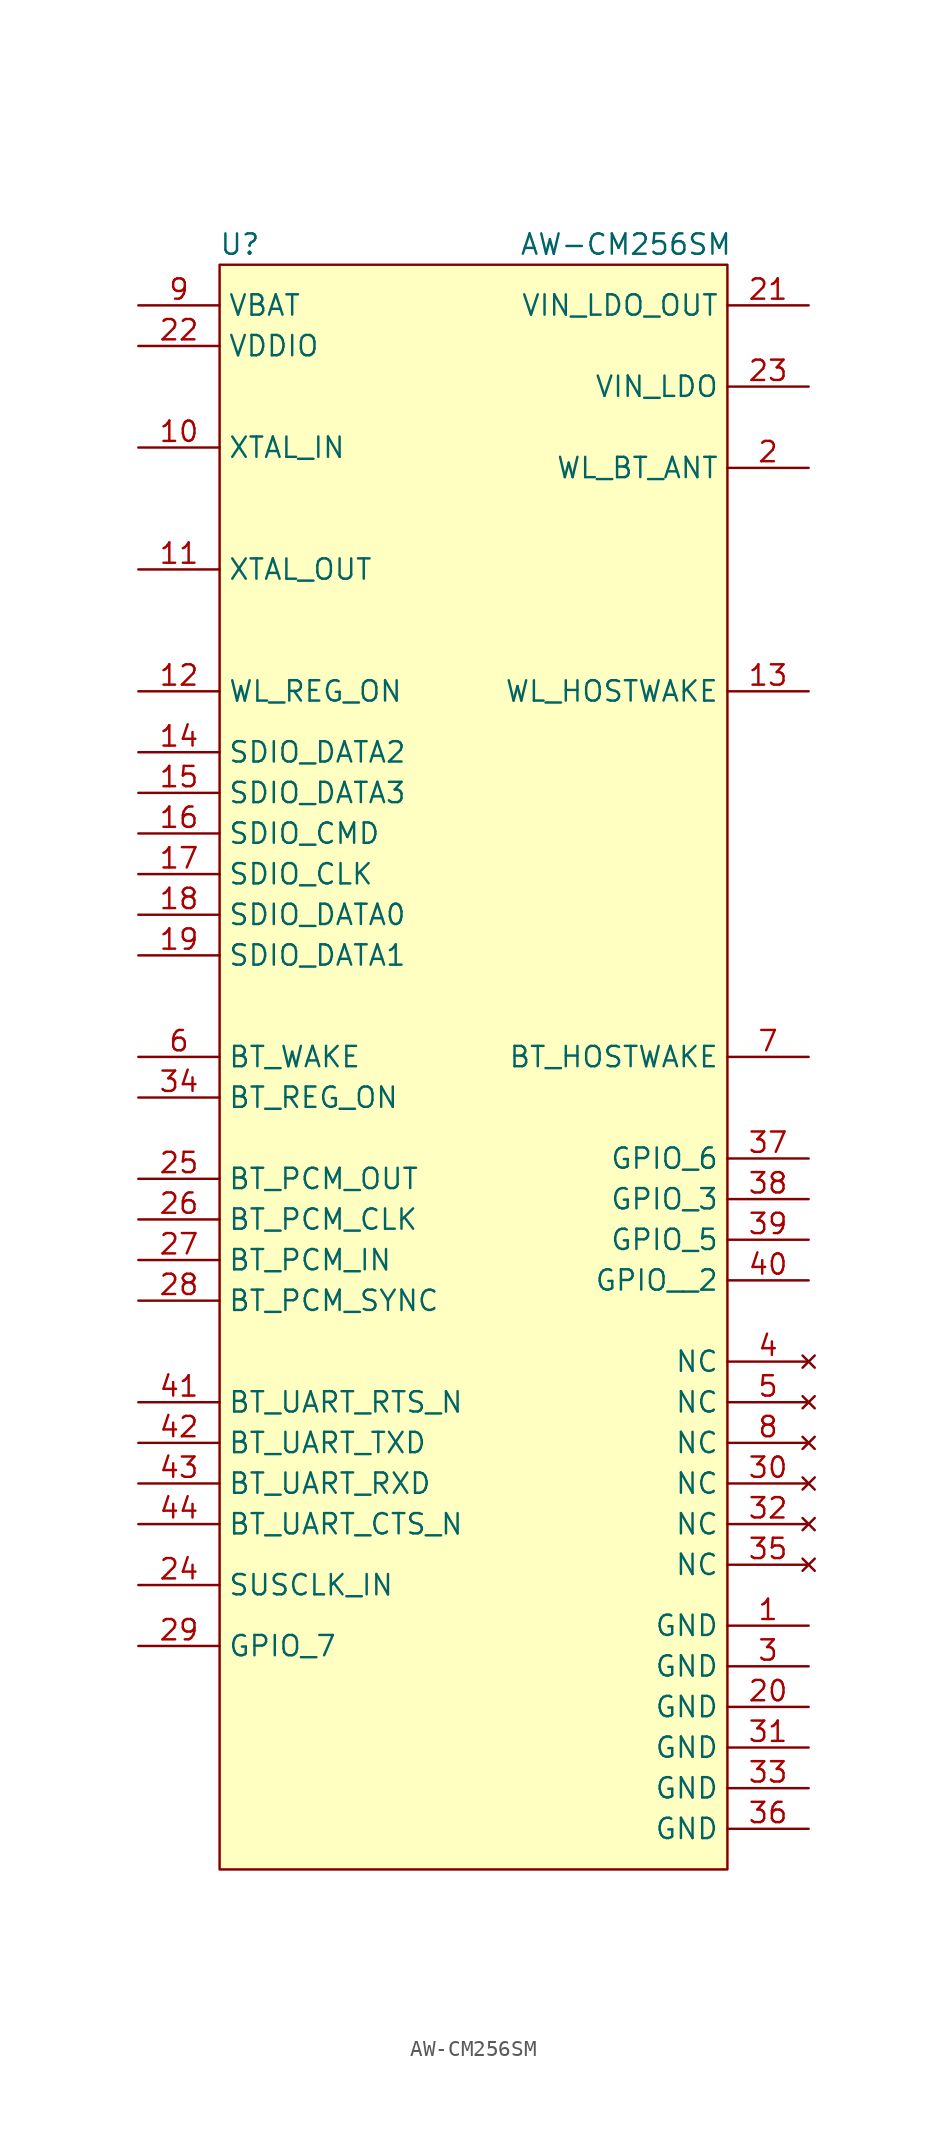
<source format=kicad_sym>
(kicad_symbol_lib
  (version 20211014)
  (generator kicad_symbol_editor)
  (symbol "AW-CM256SM"
    (property "Reference" "U"
      (at -11.43 5.08 0)
      (effects (font (size 1.27 1.27))))
    (property "Value" "AW-CM256SM"
      (at 12.7 5.08 0)
      (effects (font (size 1.27 1.27))))
    (symbol "AW-CM256SM_0_0"
      (pin power_in line (at 24.13 -81.28 180) (length 5.08) (name "GND" (effects (font (size 1.27 1.27)))) (number "1" (effects (font (size 1.27 1.27)))))
      (pin input line (at -17.78 -7.62 0) (length 5.08) (name "XTAL_IN" (effects (font (size 1.27 1.27)))) (number "10" (effects (font (size 1.27 1.27)))))
      (pin output line (at -17.78 -15.24 0) (length 5.08) (name "XTAL_OUT" (effects (font (size 1.27 1.27)))) (number "11" (effects (font (size 1.27 1.27)))))
      (pin input line (at -17.78 -22.86 0) (length 5.08) (name "WL_REG_ON" (effects (font (size 1.27 1.27)))) (number "12" (effects (font (size 1.27 1.27)))))
      (pin output line (at 24.13 -22.86 180) (length 5.08) (name "WL_HOSTWAKE" (effects (font (size 1.27 1.27)))) (number "13" (effects (font (size 1.27 1.27)))))
      (pin bidirectional line (at -17.78 -26.67 0) (length 5.08) (name "SDIO_DATA2" (effects (font (size 1.27 1.27)))) (number "14" (effects (font (size 1.27 1.27)))))
      (pin bidirectional line (at -17.78 -29.21 0) (length 5.08) (name "SDIO_DATA3" (effects (font (size 1.27 1.27)))) (number "15" (effects (font (size 1.27 1.27)))))
      (pin bidirectional line (at -17.78 -31.75 0) (length 5.08) (name "SDIO_CMD" (effects (font (size 1.27 1.27)))) (number "16" (effects (font (size 1.27 1.27)))))
      (pin input line (at -17.78 -34.29 0) (length 5.08) (name "SDIO_CLK" (effects (font (size 1.27 1.27)))) (number "17" (effects (font (size 1.27 1.27)))))
      (pin bidirectional line (at -17.78 -36.83 0) (length 5.08) (name "SDIO_DATA0" (effects (font (size 1.27 1.27)))) (number "18" (effects (font (size 1.27 1.27)))))
      (pin bidirectional line (at -17.78 -39.37 0) (length 5.08) (name "SDIO_DATA1" (effects (font (size 1.27 1.27)))) (number "19" (effects (font (size 1.27 1.27)))))
      (pin output line (at 24.13 -8.89 180) (length 5.08) (name "WL_BT_ANT" (effects (font (size 1.27 1.27)))) (number "2" (effects (font (size 1.27 1.27)))))
      (pin power_in line (at 24.13 -86.36 180) (length 5.08) (name "GND" (effects (font (size 1.27 1.27)))) (number "20" (effects (font (size 1.27 1.27)))))
      (pin power_out line (at 24.13 1.27 180) (length 5.08) (name "VIN_LDO_OUT" (effects (font (size 1.27 1.27)))) (number "21" (effects (font (size 1.27 1.27)))))
      (pin power_in line (at -17.78 -1.27 0) (length 5.08) (name "VDDIO" (effects (font (size 1.27 1.27)))) (number "22" (effects (font (size 1.27 1.27)))))
      (pin power_in line (at 24.13 -3.81 180) (length 5.08) (name "VIN_LDO" (effects (font (size 1.27 1.27)))) (number "23" (effects (font (size 1.27 1.27)))))
      (pin input line (at -17.78 -78.74 0) (length 5.08) (name "SUSCLK_IN" (effects (font (size 1.27 1.27)))) (number "24" (effects (font (size 1.27 1.27)))))
      (pin output line (at -17.78 -53.34 0) (length 5.08) (name "BT_PCM_OUT" (effects (font (size 1.27 1.27)))) (number "25" (effects (font (size 1.27 1.27)))))
      (pin bidirectional line (at -17.78 -55.88 0) (length 5.08) (name "BT_PCM_CLK" (effects (font (size 1.27 1.27)))) (number "26" (effects (font (size 1.27 1.27)))))
      (pin input line (at -17.78 -58.42 0) (length 5.08) (name "BT_PCM_IN" (effects (font (size 1.27 1.27)))) (number "27" (effects (font (size 1.27 1.27)))))
      (pin bidirectional line (at -17.78 -60.96 0) (length 5.08) (name "BT_PCM_SYNC" (effects (font (size 1.27 1.27)))) (number "28" (effects (font (size 1.27 1.27)))))
      (pin input line (at -17.78 -82.55 0) (length 5.08) (name "GPIO_7" (effects (font (size 1.27 1.27)))) (number "29" (effects (font (size 1.27 1.27)))))
      (pin power_in line (at 24.13 -83.82 180) (length 5.08) (name "GND" (effects (font (size 1.27 1.27)))) (number "3" (effects (font (size 1.27 1.27)))))
      (pin no_connect line (at 24.13 -72.39 180) (length 5.08) (name "NC" (effects (font (size 1.27 1.27)))) (number "30" (effects (font (size 1.27 1.27)))))
      (pin power_in line (at 24.13 -88.9 180) (length 5.08) (name "GND" (effects (font (size 1.27 1.27)))) (number "31" (effects (font (size 1.27 1.27)))))
      (pin no_connect line (at 24.13 -74.93 180) (length 5.08) (name "NC" (effects (font (size 1.27 1.27)))) (number "32" (effects (font (size 1.27 1.27)))))
      (pin power_in line (at 24.13 -91.44 180) (length 5.08) (name "GND" (effects (font (size 1.27 1.27)))) (number "33" (effects (font (size 1.27 1.27)))))
      (pin input line (at -17.78 -48.26 0) (length 5.08) (name "BT_REG_ON" (effects (font (size 1.27 1.27)))) (number "34" (effects (font (size 1.27 1.27)))))
      (pin no_connect line (at 24.13 -77.47 180) (length 5.08) (name "NC" (effects (font (size 1.27 1.27)))) (number "35" (effects (font (size 1.27 1.27)))))
      (pin power_in line (at 24.13 -93.98 180) (length 5.08) (name "GND" (effects (font (size 1.27 1.27)))) (number "36" (effects (font (size 1.27 1.27)))))
      (pin bidirectional line (at 24.13 -52.07 180) (length 5.08) (name "GPIO_6" (effects (font (size 1.27 1.27)))) (number "37" (effects (font (size 1.27 1.27)))))
      (pin bidirectional line (at 24.13 -54.61 180) (length 5.08) (name "GPIO_3" (effects (font (size 1.27 1.27)))) (number "38" (effects (font (size 1.27 1.27)))))
      (pin bidirectional line (at 24.13 -57.15 180) (length 5.08) (name "GPIO_5" (effects (font (size 1.27 1.27)))) (number "39" (effects (font (size 1.27 1.27)))))
      (pin no_connect line (at 24.13 -64.77 180) (length 5.08) (name "NC" (effects (font (size 1.27 1.27)))) (number "4" (effects (font (size 1.27 1.27)))))
      (pin bidirectional line (at 24.13 -59.69 180) (length 5.08) (name "GPIO__2" (effects (font (size 1.27 1.27)))) (number "40" (effects (font (size 1.27 1.27)))))
      (pin output line (at -17.78 -67.31 0) (length 5.08) (name "BT_UART_RTS_N" (effects (font (size 1.27 1.27)))) (number "41" (effects (font (size 1.27 1.27)))))
      (pin output line (at -17.78 -69.85 0) (length 5.08) (name "BT_UART_TXD" (effects (font (size 1.27 1.27)))) (number "42" (effects (font (size 1.27 1.27)))))
      (pin input line (at -17.78 -72.39 0) (length 5.08) (name "BT_UART_RXD" (effects (font (size 1.27 1.27)))) (number "43" (effects (font (size 1.27 1.27)))))
      (pin input line (at -17.78 -74.93 0) (length 5.08) (name "BT_UART_CTS_N" (effects (font (size 1.27 1.27)))) (number "44" (effects (font (size 1.27 1.27)))))
      (pin no_connect line (at 24.13 -67.31 180) (length 5.08) (name "NC" (effects (font (size 1.27 1.27)))) (number "5" (effects (font (size 1.27 1.27)))))
      (pin input line (at -17.78 -45.72 0) (length 5.08) (name "BT_WAKE" (effects (font (size 1.27 1.27)))) (number "6" (effects (font (size 1.27 1.27)))))
      (pin output line (at 24.13 -45.72 180) (length 5.08) (name "BT_HOSTWAKE" (effects (font (size 1.27 1.27)))) (number "7" (effects (font (size 1.27 1.27)))))
      (pin no_connect line (at 24.13 -69.85 180) (length 5.08) (name "NC" (effects (font (size 1.27 1.27)))) (number "8" (effects (font (size 1.27 1.27)))))
      (pin power_in line (at -17.78 1.27 0) (length 5.08) (name "VBAT" (effects (font (size 1.27 1.27)))) (number "9" (effects (font (size 1.27 1.27))))))
    (symbol "AW-CM256SM_0_1"
      (rectangle (start -12.7 3.81) (end 19.05 -96.52) (stroke (width 0) (type default) (color 0 0 0 0)) (fill (type background))))))
</source>
